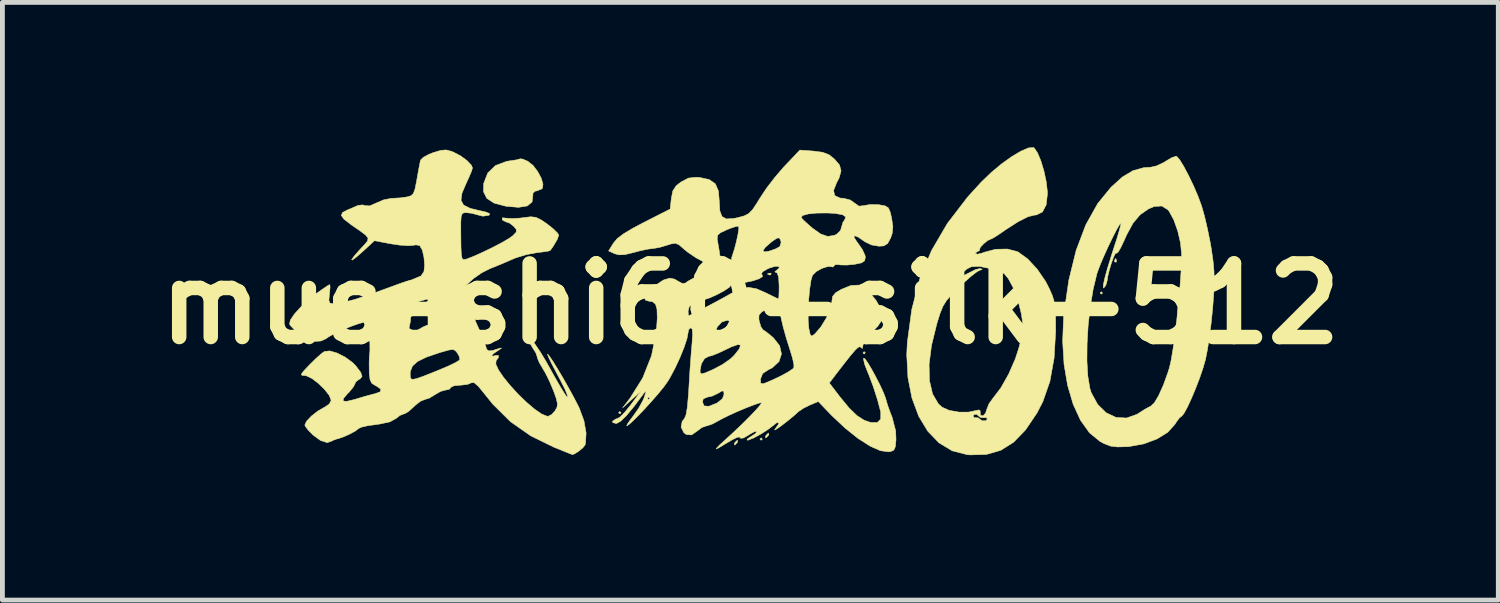
<source format=kicad_pcb>
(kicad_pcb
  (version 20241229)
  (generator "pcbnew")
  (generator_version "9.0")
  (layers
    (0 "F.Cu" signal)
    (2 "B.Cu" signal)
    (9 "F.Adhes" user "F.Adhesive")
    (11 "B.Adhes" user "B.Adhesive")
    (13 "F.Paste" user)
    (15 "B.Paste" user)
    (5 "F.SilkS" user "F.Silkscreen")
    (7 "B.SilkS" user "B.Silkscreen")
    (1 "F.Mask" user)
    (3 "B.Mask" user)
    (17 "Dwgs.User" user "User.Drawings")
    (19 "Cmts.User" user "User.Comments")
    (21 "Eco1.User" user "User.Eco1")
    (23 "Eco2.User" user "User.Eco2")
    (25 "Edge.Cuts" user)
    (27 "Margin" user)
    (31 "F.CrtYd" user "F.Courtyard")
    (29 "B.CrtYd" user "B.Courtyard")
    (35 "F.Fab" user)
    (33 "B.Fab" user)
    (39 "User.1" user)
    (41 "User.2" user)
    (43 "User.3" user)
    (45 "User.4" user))
  (footprint "musashi60-silk-512"
    (layer "F.Cu")
    (at 12.49 3.24)
    (property "Reference" "musashi60-silk-512" (at 0 0 0) (layer "F.SilkS") (effects (font (size 1.524 1.524) (thickness 0.3))))
    (attr through_hole)
    (fp_poly (pts (xy -2.679 2.257) (xy -2.704 2.282) (xy -2.729 2.257) (xy -2.704 2.232) (xy -2.679 2.257)) (stroke (width 0.01) (type solid)) (fill yes) (layer "F.SilkS"))
    (fp_poly (pts (xy 0.248 2.803) (xy 0.223 2.828) (xy 0.198 2.803) (xy 0.223 2.778) (xy 0.248 2.803)) (stroke (width 0.01) (type solid)) (fill yes) (layer "F.SilkS"))
    (fp_poly (pts (xy 2.381 1.017) (xy 2.356 1.042) (xy 2.332 1.017) (xy 2.356 0.992) (xy 2.381 1.017)) (stroke (width 0.01) (type solid)) (fill yes) (layer "F.SilkS"))
    (fp_poly (pts (xy 7.293 -0.223) (xy 7.268 -0.198) (xy 7.243 -0.223) (xy 7.268 -0.248) (xy 7.293 -0.223)) (stroke (width 0.01) (type solid)) (fill yes) (layer "F.SilkS"))
    (fp_poly (pts (xy 0.43 -0.628) (xy 0.423 -0.599) (xy 0.397 -0.595) (xy 0.356 -0.613) (xy 0.364 -0.628) (xy 0.423 -0.634) (xy 0.43 -0.628)) (stroke (width 0.01) (type solid)) (fill yes) (layer "F.SilkS"))
    (fp_poly (pts (xy 7.574 -0.926) (xy 7.58 -0.867) (xy 7.574 -0.86) (xy 7.544 -0.867) (xy 7.541 -0.893) (xy 7.559 -0.934) (xy 7.574 -0.926)) (stroke (width 0.01) (type solid)) (fill yes) (layer "F.SilkS"))
    (fp_poly (pts (xy -0.264 2.86) (xy -0.273 2.877) (xy -0.32 2.925) (xy -0.328 2.927) (xy -0.332 2.895) (xy -0.322 2.877) (xy -0.276 2.83) (xy -0.267 2.828) (xy -0.264 2.86)) (stroke (width 0.01) (type solid)) (fill yes) (layer "F.SilkS"))
    (fp_poly (pts (xy 0.381 2.711) (xy 0.372 2.729) (xy 0.325 2.776) (xy 0.317 2.778) (xy 0.313 2.746) (xy 0.322 2.729) (xy 0.369 2.681) (xy 0.378 2.679) (xy 0.381 2.711)) (stroke (width 0.01) (type solid)) (fill yes) (layer "F.SilkS"))
    (fp_poly (pts (xy -4.717 -2.996) (xy -4.616 -2.953) (xy -4.607 -2.948) (xy -4.502 -2.865) (xy -4.406 -2.74) (xy -4.332 -2.602) (xy -4.295 -2.477) (xy -4.307 -2.391) (xy -4.321 -2.377) (xy -4.421 -2.337) (xy -4.456 -2.332) (xy -4.502 -2.292) (xy -4.505 -2.24) (xy -4.521 -2.107) (xy -4.62 -2.025) (xy -4.801 -1.996) (xy -5.06 -2.018) (xy -5.304 -2.082) (xy -5.458 -2.181) (xy -5.528 -2.321) (xy -5.524 -2.489) (xy -5.439 -2.708) (xy -5.279 -2.862) (xy -5.048 -2.949) (xy -4.963 -2.962) (xy -4.842 -2.98) (xy -4.774 -2.999) (xy -4.77 -3.002) (xy -4.717 -2.996)) (stroke (width 0.01) (type solid)) (fill yes) (layer "F.SilkS"))
    (fp_poly (pts (xy 8.83 -3.051) (xy 8.891 -2.981) (xy 8.976 -2.842) (xy 9.075 -2.655) (xy 9.177 -2.443) (xy 9.269 -2.229) (xy 9.341 -2.035) (xy 9.343 -2.03) (xy 9.404 -1.816) (xy 9.467 -1.546) (xy 9.524 -1.265) (xy 9.547 -1.128) (xy 9.582 -0.884) (xy 9.601 -0.676) (xy 9.606 -0.471) (xy 9.598 -0.235) (xy 9.576 0.063) (xy 9.574 0.088) (xy 9.545 0.38) (xy 9.508 0.676) (xy 9.467 0.943) (xy 9.427 1.145) (xy 9.426 1.151) (xy 9.375 1.329) (xy 9.304 1.538) (xy 9.22 1.757) (xy 9.132 1.966) (xy 9.049 2.144) (xy 8.979 2.273) (xy 8.931 2.33) (xy 8.925 2.332) (xy 8.88 2.37) (xy 8.811 2.466) (xy 8.791 2.499) (xy 8.644 2.662) (xy 8.422 2.8) (xy 8.149 2.902) (xy 7.847 2.957) (xy 7.799 2.961) (xy 7.602 2.966) (xy 7.461 2.949) (xy 7.333 2.901) (xy 7.241 2.852) (xy 7.023 2.674) (xy 6.836 2.412) (xy 6.684 2.08) (xy 6.569 1.689) (xy 6.495 1.251) (xy 6.492 1.189) (xy 6.97 1.189) (xy 6.989 1.503) (xy 7.031 1.752) (xy 7.058 1.84) (xy 7.192 2.085) (xy 7.368 2.258) (xy 7.572 2.354) (xy 7.79 2.367) (xy 8.006 2.29) (xy 8.042 2.267) (xy 8.169 2.186) (xy 8.273 2.13) (xy 8.29 2.123) (xy 8.366 2.052) (xy 8.456 1.9) (xy 8.553 1.684) (xy 8.649 1.418) (xy 8.678 1.326) (xy 8.714 1.169) (xy 8.753 0.934) (xy 8.793 0.642) (xy 8.832 0.315) (xy 8.868 -0.028) (xy 8.897 -0.363) (xy 8.919 -0.671) (xy 8.929 -0.93) (xy 8.93 -1.017) (xy 8.909 -1.253) (xy 8.851 -1.504) (xy 8.769 -1.735) (xy 8.673 -1.912) (xy 8.645 -1.947) (xy 8.521 -2.024) (xy 8.361 -2.013) (xy 8.245 -1.964) (xy 8.072 -1.844) (xy 7.925 -1.67) (xy 7.79 -1.422) (xy 7.744 -1.317) (xy 7.673 -1.166) (xy 7.616 -1.069) (xy 7.582 -1.044) (xy 7.579 -1.049) (xy 7.557 -1.038) (xy 7.519 -0.959) (xy 7.475 -0.836) (xy 7.433 -0.698) (xy 7.402 -0.571) (xy 7.391 -0.488) (xy 7.364 -0.391) (xy 7.338 -0.347) (xy 7.308 -0.325) (xy 7.309 -0.389) (xy 7.339 -0.529) (xy 7.397 -0.739) (xy 7.48 -1.009) (xy 7.521 -1.136) (xy 7.589 -1.345) (xy 7.64 -1.517) (xy 7.67 -1.631) (xy 7.675 -1.668) (xy 7.645 -1.638) (xy 7.586 -1.537) (xy 7.508 -1.385) (xy 7.42 -1.204) (xy 7.332 -1.012) (xy 7.254 -0.831) (xy 7.196 -0.68) (xy 7.176 -0.62) (xy 7.098 -0.297) (xy 7.038 0.067) (xy 6.995 0.45) (xy 6.973 0.831) (xy 6.97 1.189) (xy 6.492 1.189) (xy 6.467 0.779) (xy 6.486 0.285) (xy 6.493 0.208) (xy 6.595 -0.491) (xy 6.746 -1.104) (xy 6.945 -1.631) (xy 7.193 -2.075) (xy 7.469 -2.413) (xy 7.704 -2.625) (xy 7.923 -2.756) (xy 8.148 -2.818) (xy 8.29 -2.827) (xy 8.412 -2.855) (xy 8.559 -2.924) (xy 8.604 -2.953) (xy 8.723 -3.023) (xy 8.81 -3.054) (xy 8.83 -3.051)) (stroke (width 0.01) (type solid)) (fill yes) (layer "F.SilkS"))
    (fp_poly (pts (xy 5.878 -3.225) (xy 5.946 -3.127) (xy 6.016 -2.959) (xy 6.079 -2.751) (xy 6.126 -2.531) (xy 6.15 -2.329) (xy 6.152 -2.28) (xy 6.126 -2.048) (xy 6.049 -1.901) (xy 5.922 -1.838) (xy 5.885 -1.836) (xy 5.747 -1.801) (xy 5.545 -1.699) (xy 5.287 -1.533) (xy 5.25 -1.507) (xy 5.118 -1.417) (xy 5.019 -1.356) (xy 4.982 -1.339) (xy 4.917 -1.311) (xy 4.835 -1.246) (xy 4.767 -1.175) (xy 4.746 -1.126) (xy 4.748 -1.123) (xy 4.741 -1.094) (xy 4.721 -1.091) (xy 4.667 -1.058) (xy 4.663 -1.041) (xy 4.703 -1.025) (xy 4.808 -1.052) (xy 4.843 -1.066) (xy 5.078 -1.128) (xy 5.321 -1.133) (xy 5.528 -1.08) (xy 5.546 -1.071) (xy 5.743 -0.928) (xy 5.94 -0.716) (xy 6.113 -0.463) (xy 6.186 -0.322) (xy 6.246 -0.187) (xy 6.285 -0.069) (xy 6.309 0.059) (xy 6.32 0.223) (xy 6.322 0.448) (xy 6.322 0.571) (xy 6.29 1.125) (xy 6.203 1.608) (xy 6.056 2.03) (xy 5.937 2.26) (xy 5.701 2.61) (xy 5.453 2.867) (xy 5.185 3.036) (xy 4.887 3.122) (xy 4.55 3.131) (xy 4.49 3.126) (xy 4.179 3.046) (xy 3.904 2.88) (xy 3.671 2.637) (xy 3.489 2.335) (xy 4.614 2.335) (xy 4.644 2.365) (xy 4.66 2.359) (xy 4.724 2.365) (xy 4.737 2.38) (xy 4.8 2.424) (xy 4.875 2.425) (xy 4.911 2.383) (xy 4.911 2.383) (xy 4.875 2.355) (xy 4.842 2.361) (xy 4.762 2.356) (xy 4.74 2.335) (xy 4.679 2.286) (xy 4.624 2.3) (xy 4.614 2.335) (xy 3.489 2.335) (xy 3.484 2.325) (xy 3.346 1.953) (xy 3.263 1.529) (xy 3.249 1.256) (xy 3.701 1.256) (xy 3.709 1.594) (xy 3.773 1.869) (xy 3.894 2.074) (xy 3.97 2.143) (xy 4.119 2.209) (xy 4.317 2.244) (xy 4.52 2.244) (xy 4.652 2.216) (xy 4.734 2.199) (xy 4.758 2.216) (xy 4.763 2.308) (xy 4.82 2.321) (xy 4.872 2.262) (xy 4.894 2.191) (xy 4.941 2.072) (xy 5.014 1.97) (xy 5.185 1.746) (xy 5.349 1.457) (xy 5.488 1.138) (xy 5.56 0.916) (xy 5.614 0.705) (xy 5.64 0.549) (xy 5.64 0.409) (xy 5.617 0.244) (xy 5.609 0.199) (xy 5.542 -0.072) (xy 5.448 -0.322) (xy 5.341 -0.521) (xy 5.258 -0.621) (xy 5.148 -0.683) (xy 5.031 -0.718) (xy 4.87 -0.747) (xy 4.75 -0.773) (xy 4.576 -0.766) (xy 4.49 -0.724) (xy 4.387 -0.639) (xy 4.37 -0.59) (xy 4.432 -0.592) (xy 4.539 -0.645) (xy 4.663 -0.707) (xy 4.758 -0.73) (xy 4.775 -0.727) (xy 4.8 -0.705) (xy 4.761 -0.698) (xy 4.694 -0.664) (xy 4.577 -0.574) (xy 4.43 -0.445) (xy 4.338 -0.358) (xy 4.174 -0.196) (xy 4.064 -0.069) (xy 3.988 0.053) (xy 3.927 0.203) (xy 3.862 0.412) (xy 3.859 0.423) (xy 3.751 0.863) (xy 3.701 1.256) (xy 3.249 1.256) (xy 3.238 1.06) (xy 3.25 0.802) (xy 3.342 0.12) (xy 3.506 -0.51) (xy 3.75 -1.099) (xy 4.079 -1.662) (xy 4.498 -2.208) (xy 4.784 -2.522) (xy 4.988 -2.718) (xy 5.202 -2.896) (xy 5.411 -3.046) (xy 5.601 -3.159) (xy 5.755 -3.226) (xy 5.859 -3.235) (xy 5.878 -3.225)) (stroke (width 0.01) (type solid)) (fill yes) (layer "F.SilkS"))
    (fp_poly (pts (xy -6.193 -3.157) (xy -6.152 -3.141) (xy -6.002 -3.063) (xy -5.869 -2.965) (xy -5.778 -2.869) (xy -5.755 -2.812) (xy -5.775 -2.744) (xy -5.828 -2.618) (xy -5.884 -2.498) (xy -5.973 -2.289) (xy -5.993 -2.142) (xy -5.939 -2.043) (xy -5.804 -1.976) (xy -5.646 -1.937) (xy -5.48 -1.899) (xy -5.403 -1.868) (xy -5.406 -1.839) (xy -5.418 -1.831) (xy -5.539 -1.813) (xy -5.63 -1.835) (xy -5.775 -1.874) (xy -5.881 -1.885) (xy -5.936 -1.882) (xy -5.97 -1.86) (xy -5.99 -1.801) (xy -5.997 -1.688) (xy -5.997 -1.502) (xy -5.996 -1.388) (xy -5.993 -1.162) (xy -5.986 -1.02) (xy -5.972 -0.942) (xy -5.946 -0.914) (xy -5.904 -0.918) (xy -5.885 -0.923) (xy -5.738 -0.979) (xy -5.548 -1.064) (xy -5.343 -1.163) (xy -5.151 -1.263) (xy -5 -1.351) (xy -4.924 -1.405) (xy -4.85 -1.481) (xy -4.848 -1.537) (xy -4.894 -1.596) (xy -4.982 -1.667) (xy -5.04 -1.687) (xy -5.123 -1.724) (xy -5.139 -1.744) (xy -5.136 -1.78) (xy -5.055 -1.772) (xy -4.935 -1.764) (xy -4.77 -1.773) (xy -4.692 -1.784) (xy -4.547 -1.801) (xy -4.441 -1.789) (xy -4.333 -1.736) (xy -4.208 -1.651) (xy -4.08 -1.549) (xy -3.993 -1.463) (xy -3.969 -1.42) (xy -4 -1.33) (xy -4.085 -1.187) (xy -4.146 -1.101) (xy -4.197 -1.087) (xy -4.317 -1.07) (xy -4.423 -1.058) (xy -4.634 -1.018) (xy -4.856 -0.951) (xy -4.936 -0.918) (xy -5.125 -0.836) (xy -5.316 -0.757) (xy -5.389 -0.729) (xy -5.563 -0.641) (xy -5.729 -0.526) (xy -5.753 -0.505) (xy -5.912 -0.359) (xy -5.835 -0.056) (xy -5.77 0.156) (xy -5.689 0.372) (xy -5.639 0.483) (xy -5.563 0.649) (xy -5.504 0.802) (xy -5.487 0.861) (xy -5.461 0.944) (xy -5.418 0.977) (xy -5.332 0.967) (xy -5.184 0.92) (xy -5.153 0.918) (xy -5.201 0.954) (xy -5.221 0.966) (xy -5.319 1.032) (xy -5.357 1.078) (xy -5.327 1.087) (xy -5.283 1.073) (xy -5.218 1.07) (xy -5.221 1.121) (xy -5.265 1.177) (xy -5.272 1.25) (xy -5.217 1.37) (xy -5.112 1.524) (xy -4.971 1.697) (xy -4.808 1.875) (xy -4.636 2.041) (xy -4.47 2.182) (xy -4.323 2.284) (xy -4.208 2.33) (xy -4.19 2.332) (xy -4.114 2.294) (xy -4.043 2.215) (xy -4.004 2.142) (xy -3.996 2.067) (xy -4.021 1.96) (xy -4.076 1.805) (xy -4.156 1.615) (xy -4.245 1.434) (xy -4.301 1.34) (xy -4.373 1.216) (xy -4.413 1.118) (xy -4.415 1.1) (xy -4.444 1.016) (xy -4.513 0.908) (xy -4.514 0.907) (xy -4.584 0.785) (xy -4.61 0.675) (xy -4.6 0.613) (xy -4.577 0.645) (xy -4.53 0.733) (xy -4.45 0.852) (xy -4.439 0.868) (xy -4.35 1) (xy -4.247 1.17) (xy -4.193 1.265) (xy -4.052 1.518) (xy -3.935 1.721) (xy -3.848 1.862) (xy -3.799 1.93) (xy -3.792 1.935) (xy -3.789 1.897) (xy -3.835 1.781) (xy -3.933 1.586) (xy -4.031 1.401) (xy -4.117 1.237) (xy -4.177 1.112) (xy -4.202 1.047) (xy -4.201 1.042) (xy -4.164 1.082) (xy -4.09 1.192) (xy -3.992 1.351) (xy -3.879 1.541) (xy -3.764 1.744) (xy -3.656 1.941) (xy -3.567 2.113) (xy -3.545 2.158) (xy -3.447 2.423) (xy -3.402 2.678) (xy -3.415 2.893) (xy -3.424 2.925) (xy -3.472 2.986) (xy -3.561 3.059) (xy -3.649 3.113) (xy -3.689 3.124) (xy -3.735 3.106) (xy -3.85 3.06) (xy -4.012 2.994) (xy -4.061 2.975) (xy -4.549 2.736) (xy -4.968 2.443) (xy -5.337 2.077) (xy -5.503 1.87) (xy -5.633 1.711) (xy -5.722 1.635) (xy -5.772 1.635) (xy -5.853 1.669) (xy -5.985 1.686) (xy -6.013 1.687) (xy -6.133 1.698) (xy -6.198 1.727) (xy -6.201 1.736) (xy -6.243 1.776) (xy -6.305 1.786) (xy -6.417 1.816) (xy -6.535 1.885) (xy -6.649 1.955) (xy -6.744 1.984) (xy -6.829 2.018) (xy -6.939 2.102) (xy -6.97 2.133) (xy -7.074 2.227) (xy -7.16 2.279) (xy -7.178 2.282) (xy -7.26 2.315) (xy -7.336 2.375) (xy -7.467 2.447) (xy -7.695 2.495) (xy -7.757 2.503) (xy -7.928 2.527) (xy -8.057 2.557) (xy -8.114 2.584) (xy -8.177 2.634) (xy -8.294 2.698) (xy -8.428 2.758) (xy -8.539 2.796) (xy -8.567 2.801) (xy -8.651 2.832) (xy -8.662 2.841) (xy -8.763 2.877) (xy -8.904 2.831) (xy -9.052 2.723) (xy -9.156 2.62) (xy -9.219 2.535) (xy -9.227 2.509) (xy -9.189 2.43) (xy -9.091 2.327) (xy -8.961 2.225) (xy -8.827 2.147) (xy -8.818 2.144) (xy -8.72 2.076) (xy -8.682 2) (xy -8.72 1.901) (xy -8.817 1.776) (xy -8.946 1.65) (xy -9.081 1.547) (xy -9.197 1.492) (xy -9.223 1.488) (xy -9.286 1.484) (xy -9.299 1.46) (xy -9.258 1.401) (xy -9.154 1.29) (xy -9.126 1.261) (xy -8.997 1.134) (xy -8.884 1.034) (xy -8.822 0.989) (xy -8.712 0.977) (xy -8.559 1.021) (xy -8.391 1.106) (xy -8.238 1.219) (xy -8.17 1.288) (xy -8.07 1.421) (xy -8.042 1.505) (xy -8.083 1.557) (xy -8.111 1.57) (xy -8.178 1.625) (xy -8.187 1.655) (xy -8.221 1.722) (xy -8.303 1.823) (xy -8.339 1.859) (xy -8.427 1.961) (xy -8.434 2.015) (xy -8.357 2.021) (xy -8.194 1.982) (xy -8.149 1.968) (xy -7.978 1.917) (xy -7.824 1.875) (xy -7.776 1.864) (xy -7.665 1.823) (xy -7.653 1.77) (xy -7.739 1.708) (xy -7.764 1.696) (xy -7.838 1.649) (xy -7.876 1.576) (xy -7.892 1.446) (xy -7.892 1.441) (xy -7.045 1.441) (xy -7.044 1.51) (xy -7.031 1.552) (xy -6.992 1.567) (xy -6.912 1.551) (xy -6.776 1.503) (xy -6.571 1.422) (xy -6.431 1.365) (xy -6.249 1.288) (xy -6.107 1.219) (xy -6.027 1.17) (xy -6.017 1.159) (xy -6.031 1.086) (xy -6.07 1.018) (xy -6.113 0.968) (xy -6.162 0.948) (xy -6.245 0.959) (xy -6.388 0.999) (xy -6.443 1.015) (xy -6.711 1.107) (xy -6.893 1.196) (xy -6.999 1.292) (xy -7.042 1.403) (xy -7.045 1.441) (xy -7.892 1.441) (xy -7.894 1.378) (xy -7.895 1.22) (xy -7.892 1.103) (xy -7.888 1.067) (xy -7.879 0.968) (xy -7.88 0.819) (xy -7.89 0.652) (xy -7.895 0.6) (xy -7.083 0.6) (xy -7.058 0.637) (xy -6.978 0.602) (xy -6.902 0.55) (xy -6.755 0.469) (xy -6.596 0.409) (xy -6.479 0.355) (xy -6.431 0.265) (xy -6.448 0.12) (xy -6.491 -0.007) (xy -6.542 -0.137) (xy -6.82 -0.06) (xy -6.979 -0.009) (xy -7.056 0.035) (xy -7.068 0.083) (xy -7.064 0.096) (xy -7.032 0.214) (xy -7.04 0.361) (xy -7.065 0.484) (xy -7.083 0.6) (xy -7.895 0.6) (xy -7.905 0.502) (xy -7.924 0.401) (xy -7.934 0.381) (xy -7.995 0.381) (xy -8.119 0.415) (xy -8.281 0.473) (xy -8.455 0.545) (xy -8.617 0.621) (xy -8.741 0.69) (xy -8.784 0.722) (xy -8.89 0.771) (xy -9.008 0.781) (xy -9.138 0.742) (xy -9.291 0.657) (xy -9.434 0.551) (xy -9.529 0.448) (xy -9.544 0.419) (xy -9.527 0.339) (xy -9.445 0.216) (xy -9.312 0.069) (xy -9.144 -0.087) (xy -8.967 -0.227) (xy -8.837 -0.318) (xy -8.744 -0.38) (xy -8.711 -0.397) (xy -8.704 -0.353) (xy -8.712 -0.244) (xy -8.718 -0.198) (xy -8.729 -0.072) (xy -8.71 -0.015) (xy -8.647 -0.000276) (xy -8.625 0) (xy -8.451 -0.022) (xy -8.196 -0.088) (xy -7.867 -0.195) (xy -7.59 -0.296) (xy -7.394 -0.368) (xy -7.228 -0.428) (xy -7.118 -0.465) (xy -7.094 -0.472) (xy -7.021 -0.492) (xy -7.007 -0.498) (xy -6.958 -0.519) (xy -6.821 -0.576) (xy -6.76 -0.668) (xy -6.747 -0.796) (xy -6.76 -0.96) (xy -6.792 -1.104) (xy -6.796 -1.114) (xy -6.848 -1.205) (xy -6.929 -1.219) (xy -6.975 -1.21) (xy -7.09 -1.202) (xy -7.263 -1.214) (xy -7.446 -1.241) (xy -7.786 -1.305) (xy -8.009 -1.099) (xy -8.158 -0.968) (xy -8.241 -0.906) (xy -8.258 -0.913) (xy -8.205 -0.987) (xy -8.084 -1.125) (xy -7.984 -1.231) (xy -7.926 -1.303) (xy -7.919 -1.361) (xy -7.968 -1.422) (xy -8.08 -1.507) (xy -8.264 -1.633) (xy -8.272 -1.64) (xy -8.415 -1.75) (xy -8.472 -1.828) (xy -8.447 -1.889) (xy -8.347 -1.941) (xy -8.219 -1.995) (xy -8.131 -2.035) (xy -8.027 -2.047) (xy -7.983 -2.032) (xy -7.884 -2.026) (xy -7.749 -2.086) (xy -7.592 -2.152) (xy -7.432 -2.183) (xy -7.42 -2.183) (xy -7.252 -2.192) (xy -7.11 -2.212) (xy -7.031 -2.235) (xy -6.981 -2.281) (xy -6.946 -2.373) (xy -6.913 -2.537) (xy -6.907 -2.572) (xy -6.875 -2.751) (xy -6.847 -2.897) (xy -6.831 -2.974) (xy -6.777 -3.029) (xy -6.658 -3.094) (xy -6.569 -3.129) (xy -6.412 -3.176) (xy -6.302 -3.185) (xy -6.193 -3.157)) (stroke (width 0.01) (type solid)) (fill yes) (layer "F.SilkS"))
    (fp_poly (pts (xy 1.308 -3.161) (xy 1.498 -3.136) (xy 1.63 -3.085) (xy 1.738 -2.999) (xy 1.846 -2.873) (xy 1.878 -2.752) (xy 1.838 -2.606) (xy 1.784 -2.502) (xy 1.723 -2.345) (xy 1.747 -2.24) (xy 1.854 -2.189) (xy 1.933 -2.183) (xy 2.068 -2.148) (xy 2.155 -2.087) (xy 2.25 -2.02) (xy 2.355 -2.033) (xy 2.477 -2.054) (xy 2.635 -2.053) (xy 2.669 -2.049) (xy 2.791 -2.027) (xy 2.858 -1.985) (xy 2.897 -1.895) (xy 2.924 -1.778) (xy 2.951 -1.596) (xy 2.936 -1.454) (xy 2.905 -1.362) (xy 2.842 -1.246) (xy 2.763 -1.198) (xy 2.663 -1.191) (xy 2.508 -1.218) (xy 2.376 -1.281) (xy 2.236 -1.378) (xy 2.158 -1.409) (xy 2.146 -1.377) (xy 2.205 -1.283) (xy 2.229 -1.253) (xy 2.32 -1.121) (xy 2.375 -0.999) (xy 2.381 -0.959) (xy 2.365 -0.888) (xy 2.301 -0.846) (xy 2.163 -0.817) (xy 2.158 -0.816) (xy 1.998 -0.801) (xy 1.866 -0.803) (xy 1.835 -0.808) (xy 1.756 -0.81) (xy 1.736 -0.786) (xy 1.706 -0.759) (xy 1.692 -0.765) (xy 1.605 -0.771) (xy 1.482 -0.732) (xy 1.362 -0.665) (xy 1.286 -0.589) (xy 1.255 -0.482) (xy 1.228 -0.305) (xy 1.208 -0.089) (xy 1.197 0.138) (xy 1.197 0.346) (xy 1.209 0.504) (xy 1.212 0.519) (xy 1.238 0.636) (xy 1.267 0.671) (xy 1.32 0.638) (xy 1.342 0.618) (xy 1.461 0.478) (xy 1.571 0.298) (xy 1.653 0.113) (xy 1.687 -0.039) (xy 1.687 -0.045) (xy 1.702 -0.151) (xy 1.766 -0.228) (xy 1.883 -0.297) (xy 2.081 -0.378) (xy 2.237 -0.386) (xy 2.377 -0.316) (xy 2.499 -0.198) (xy 2.601 -0.071) (xy 2.666 0.04) (xy 2.68 0.087) (xy 2.693 0.208) (xy 2.709 0.279) (xy 2.705 0.365) (xy 2.64 0.466) (xy 2.534 0.573) (xy 2.421 0.695) (xy 2.347 0.809) (xy 2.331 0.864) (xy 2.319 0.927) (xy 2.292 0.907) (xy 2.268 0.889) (xy 2.231 0.904) (xy 2.17 0.961) (xy 2.076 1.071) (xy 1.94 1.243) (xy 1.797 1.428) (xy 1.635 1.641) (xy 1.859 1.934) (xy 2.048 2.163) (xy 2.209 2.318) (xy 2.357 2.413) (xy 2.489 2.458) (xy 2.628 2.46) (xy 2.699 2.39) (xy 2.701 2.25) (xy 2.697 2.233) (xy 2.634 1.993) (xy 2.546 1.719) (xy 2.451 1.466) (xy 2.422 1.398) (xy 2.368 1.259) (xy 2.344 1.154) (xy 2.345 1.126) (xy 2.373 1.141) (xy 2.432 1.224) (xy 2.511 1.356) (xy 2.598 1.516) (xy 2.683 1.683) (xy 2.754 1.836) (xy 2.8 1.955) (xy 2.808 1.984) (xy 2.843 2.104) (xy 2.901 2.265) (xy 2.934 2.347) (xy 3.009 2.633) (xy 3.016 2.818) (xy 3.002 2.961) (xy 2.97 3.032) (xy 2.905 3.061) (xy 2.862 3.067) (xy 2.694 3.044) (xy 2.479 2.949) (xy 2.23 2.79) (xy 1.959 2.573) (xy 1.677 2.308) (xy 1.612 2.24) (xy 1.407 2.025) (xy 1.235 2.097) (xy 1.1 2.164) (xy 0.998 2.232) (xy 0.99 2.239) (xy 0.896 2.324) (xy 0.782 2.418) (xy 0.667 2.507) (xy 0.57 2.577) (xy 0.509 2.615) (xy 0.503 2.606) (xy 0.508 2.6) (xy 0.58 2.499) (xy 0.589 2.452) (xy 0.538 2.47) (xy 0.484 2.513) (xy 0.361 2.607) (xy 0.212 2.702) (xy 0.068 2.78) (xy -0.04 2.823) (xy -0.065 2.826) (xy -0.068 2.805) (xy 0.00015 2.757) (xy 0.017 2.747) (xy 0.105 2.689) (xy 0.133 2.647) (xy 0.131 2.645) (xy 0.078 2.653) (xy -0.019 2.707) (xy -0.043 2.723) (xy -0.142 2.78) (xy -0.201 2.787) (xy -0.207 2.78) (xy -0.227 2.759) (xy -0.276 2.768) (xy -0.37 2.814) (xy -0.523 2.904) (xy -0.629 2.969) (xy -0.701 3.008) (xy -0.704 2.995) (xy -0.637 2.925) (xy -0.496 2.797) (xy -0.319 2.634) (xy -0.145 2.468) (xy 0.01 2.312) (xy 0.134 2.18) (xy 0.212 2.088) (xy 0.231 2.05) (xy 0.179 2.058) (xy 0.061 2.099) (xy -0.099 2.161) (xy -0.277 2.236) (xy -0.449 2.314) (xy -0.59 2.384) (xy -0.651 2.418) (xy -0.782 2.489) (xy -0.89 2.527) (xy -0.911 2.53) (xy -1.004 2.563) (xy -1.091 2.629) (xy -1.217 2.717) (xy -1.327 2.709) (xy -1.379 2.669) (xy -1.435 2.555) (xy -1.412 2.435) (xy -1.372 2.388) (xy -1.335 2.31) (xy -1.305 2.143) (xy -1.296 2.034) (xy -0.992 2.034) (xy -0.959 2.116) (xy -0.86 2.124) (xy -0.694 2.058) (xy -0.692 2.058) (xy -0.578 1.966) (xy -0.546 1.878) (xy -0.552 1.81) (xy -0.59 1.807) (xy -0.668 1.855) (xy -0.793 1.914) (xy -0.891 1.935) (xy -0.975 1.969) (xy -0.992 2.034) (xy -1.296 2.034) (xy -1.282 1.881) (xy -1.274 1.749) (xy -1.258 1.477) (xy -1.252 1.383) (xy -1.042 1.383) (xy -1.042 1.383) (xy -1.037 1.435) (xy -1.008 1.452) (xy -0.935 1.432) (xy -0.797 1.372) (xy -0.757 1.354) (xy -0.578 1.258) (xy -0.417 1.146) (xy -0.337 1.071) (xy -0.231 0.936) (xy -0.204 0.86) (xy -0.255 0.845) (xy -0.386 0.89) (xy -0.495 0.942) (xy -0.657 1.019) (xy -0.792 1.073) (xy -0.865 1.091) (xy -0.949 1.135) (xy -1.015 1.244) (xy -1.042 1.383) (xy -1.252 1.383) (xy -1.239 1.202) (xy -1.221 0.962) (xy -1.209 0.831) (xy -1.202 0.725) (xy -0.785 0.725) (xy -0.753 0.741) (xy -0.66 0.703) (xy -0.594 0.669) (xy -0.476 0.586) (xy -0.394 0.49) (xy -0.369 0.406) (xy -0.382 0.379) (xy -0.478 0.343) (xy -0.59 0.378) (xy -0.679 0.471) (xy -0.686 0.484) (xy -0.76 0.643) (xy -0.785 0.725) (xy -1.202 0.725) (xy -1.196 0.636) (xy -1.204 0.528) (xy -1.233 0.496) (xy -1.279 0.538) (xy -1.29 0.599) (xy -1.313 0.722) (xy -1.373 0.904) (xy -1.46 1.119) (xy -1.563 1.34) (xy -1.67 1.54) (xy -1.714 1.612) (xy -1.797 1.727) (xy -1.919 1.876) (xy -2.064 2.041) (xy -2.215 2.206) (xy -2.357 2.353) (xy -2.473 2.465) (xy -2.547 2.525) (xy -2.561 2.53) (xy -2.549 2.495) (xy -2.487 2.406) (xy -2.423 2.321) (xy -2.313 2.164) (xy -2.225 2.002) (xy -2.207 1.96) (xy -2.133 1.96) (xy -2.108 1.984) (xy -2.084 1.96) (xy -2.108 1.935) (xy -2.133 1.96) (xy -2.207 1.96) (xy -2.198 1.937) (xy -2.164 1.829) (xy -2.165 1.805) (xy -2.204 1.852) (xy -2.21 1.86) (xy -2.411 2.129) (xy -2.568 2.318) (xy -2.685 2.432) (xy -2.769 2.479) (xy -2.784 2.48) (xy -2.851 2.461) (xy -2.853 2.431) (xy -2.78 2.384) (xy -2.756 2.381) (xy -2.696 2.344) (xy -2.6 2.246) (xy -2.487 2.107) (xy -2.479 2.096) (xy -2.267 1.811) (xy -2.457 1.984) (xy -2.647 2.158) (xy -2.488 1.95) (xy -2.23 1.537) (xy -2.047 1.075) (xy -1.95 0.593) (xy -1.945 0.55) (xy -1.93 0.318) (xy 0.176 0.318) (xy 0.184 0.364) (xy 0.218 0.478) (xy 0.259 0.538) (xy 0.261 0.539) (xy 0.324 0.581) (xy 0.428 0.664) (xy 0.476 0.705) (xy 0.606 0.87) (xy 0.644 1.04) (xy 0.593 1.198) (xy 0.454 1.327) (xy 0.379 1.364) (xy 0.255 1.445) (xy 0.21 1.557) (xy 0.213 1.645) (xy 0.26 1.658) (xy 0.321 1.637) (xy 0.441 1.586) (xy 0.597 1.513) (xy 0.656 1.483) (xy 0.788 1.41) (xy 0.88 1.347) (xy 0.9 1.326) (xy 0.901 1.258) (xy 0.872 1.124) (xy 0.821 0.955) (xy 0.818 0.948) (xy 0.747 0.723) (xy 0.679 0.48) (xy 0.642 0.322) (xy 0.607 0.164) (xy 0.58 0.05) (xy 0.568 0.01) (xy 0.522 0.022) (xy 0.419 0.069) (xy 0.355 0.101) (xy 0.232 0.172) (xy 0.179 0.234) (xy 0.176 0.318) (xy -1.93 0.318) (xy -1.929 0.29) (xy -1.933 0.155) (xy -1.29 0.155) (xy -1.284 0.232) (xy -1.276 0.248) (xy -1.229 0.227) (xy -1.117 0.172) (xy -0.966 0.095) (xy -0.966 0.095) (xy -0.76 -0.014) (xy -0.543 -0.131) (xy -0.416 -0.203) (xy -0.211 -0.304) (xy -0.042 -0.339) (xy 0.127 -0.31) (xy 0.326 -0.223) (xy 0.463 -0.155) (xy 0.556 -0.11) (xy 0.583 -0.099) (xy 0.59 -0.144) (xy 0.594 -0.26) (xy 0.595 -0.372) (xy 0.585 -0.551) (xy 0.554 -0.637) (xy 0.533 -0.646) (xy 0.506 -0.662) (xy 0.544 -0.693) (xy 0.601 -0.745) (xy 0.581 -0.773) (xy 0.505 -0.772) (xy 0.394 -0.739) (xy 0.362 -0.725) (xy 0.25 -0.66) (xy 0.228 -0.614) (xy 0.245 -0.597) (xy 0.25 -0.561) (xy 0.18 -0.517) (xy 0.059 -0.476) (xy -0.091 -0.444) (xy -0.227 -0.432) (xy -0.34 -0.419) (xy -0.396 -0.393) (xy -0.397 -0.389) (xy -0.439 -0.338) (xy -0.545 -0.267) (xy -0.689 -0.19) (xy -0.842 -0.121) (xy -0.977 -0.077) (xy -0.992 -0.074) (xy -1.172 -0.018) (xy -1.267 0.062) (xy -1.29 0.155) (xy -1.933 0.155) (xy -1.934 0.115) (xy -1.965 0.009) (xy -2.025 -0.041) (xy -2.086 -0.05) (xy -2.165 -0.069) (xy -2.183 -0.095) (xy -2.146 -0.181) (xy -2.053 -0.292) (xy -1.933 -0.403) (xy -1.812 -0.484) (xy -1.787 -0.496) (xy -1.665 -0.531) (xy -1.567 -0.508) (xy -1.509 -0.473) (xy -1.411 -0.42) (xy -1.346 -0.427) (xy -1.298 -0.463) (xy -1.194 -0.522) (xy -1.05 -0.568) (xy -1.032 -0.571) (xy -0.886 -0.611) (xy -0.773 -0.661) (xy -0.764 -0.667) (xy -0.726 -0.707) (xy -0.744 -0.745) (xy -0.829 -0.798) (xy -0.947 -0.855) (xy -1.128 -0.953) (xy -1.297 -1.067) (xy -1.374 -1.13) (xy -1.479 -1.222) (xy -1.557 -1.253) (xy -1.654 -1.236) (xy -1.722 -1.213) (xy -1.875 -1.168) (xy -2.008 -1.144) (xy -2.026 -1.143) (xy -2.139 -1.128) (xy -2.302 -1.092) (xy -2.417 -1.061) (xy -2.599 -1.017) (xy -2.724 -1.012) (xy -2.813 -1.037) (xy -2.936 -1.093) (xy -2.837 -1.254) (xy -2.766 -1.339) (xy -0.687 -1.339) (xy -0.672 -1.252) (xy -0.648 -1.114) (xy -0.634 -1.015) (xy -0.633 -1.005) (xy -0.596 -0.947) (xy -0.577 -0.943) (xy -0.559 -0.917) (xy -0.585 -0.883) (xy -0.638 -0.81) (xy -0.645 -0.784) (xy -0.611 -0.745) (xy -0.534 -0.758) (xy -0.452 -0.813) (xy -0.44 -0.826) (xy -0.392 -0.893) (xy -0.388 -0.913) (xy -0.387 -0.955) (xy -0.375 -0.992) (xy -0.341 -1.098) (xy 0.26 -1.098) (xy 0.297 -1.073) (xy 0.403 -1.093) (xy 0.527 -1.138) (xy 0.609 -1.184) (xy 0.611 -1.186) (xy 0.636 -1.267) (xy 0.626 -1.317) (xy 0.597 -1.364) (xy 0.546 -1.356) (xy 0.45 -1.29) (xy 0.436 -1.279) (xy 0.307 -1.167) (xy 0.26 -1.098) (xy -0.341 -1.098) (xy -0.331 -1.128) (xy -0.29 -1.286) (xy -0.257 -1.439) (xy -0.239 -1.556) (xy -0.243 -1.607) (xy -0.302 -1.599) (xy -0.419 -1.56) (xy -0.49 -1.531) (xy -0.62 -1.47) (xy -0.679 -1.417) (xy -0.687 -1.339) (xy -2.766 -1.339) (xy -2.76 -1.346) (xy -2.63 -1.446) (xy -2.435 -1.563) (xy -2.2 -1.687) (xy -1.662 -1.96) (xy -1.637 -2.181) (xy -1.606 -2.338) (xy -1.537 -2.443) (xy -1.439 -2.52) (xy -1.285 -2.601) (xy -1.126 -2.62) (xy -1.052 -2.615) (xy -0.851 -2.571) (xy -0.725 -2.483) (xy -0.661 -2.333) (xy -0.645 -2.132) (xy -0.633 -1.926) (xy -0.588 -1.805) (xy -0.496 -1.756) (xy -0.342 -1.766) (xy -0.252 -1.785) (xy -0.239 -1.789) (xy 1.051 -1.789) (xy 1.052 -1.787) (xy 1.095 -1.736) (xy 1.193 -1.645) (xy 1.282 -1.568) (xy 1.458 -1.443) (xy 1.602 -1.394) (xy 1.738 -1.416) (xy 1.789 -1.44) (xy 1.867 -1.518) (xy 1.885 -1.579) (xy 1.918 -1.69) (xy 1.947 -1.728) (xy 1.976 -1.796) (xy 1.91 -1.843) (xy 1.748 -1.871) (xy 1.595 -1.879) (xy 1.374 -1.877) (xy 1.198 -1.859) (xy 1.084 -1.828) (xy 1.051 -1.789) (xy -0.239 -1.789) (xy -0.125 -1.82) (xy -0.035 -1.867) (xy 0.044 -1.947) (xy 0.133 -2.081) (xy 0.197 -2.186) (xy 0.334 -2.392) (xy 0.509 -2.62) (xy 0.687 -2.827) (xy 0.713 -2.855) (xy 1.025 -3.182) (xy 1.308 -3.161)) (stroke (width 0.01) (type solid)) (fill yes) (layer "F.SilkS")))
  (gr_rect
    (start -3 -3)
    (end 27.979 9.377)
    (stroke (width 0.1) (type default))
    (fill no)
    (layer "Edge.Cuts")))
</source>
